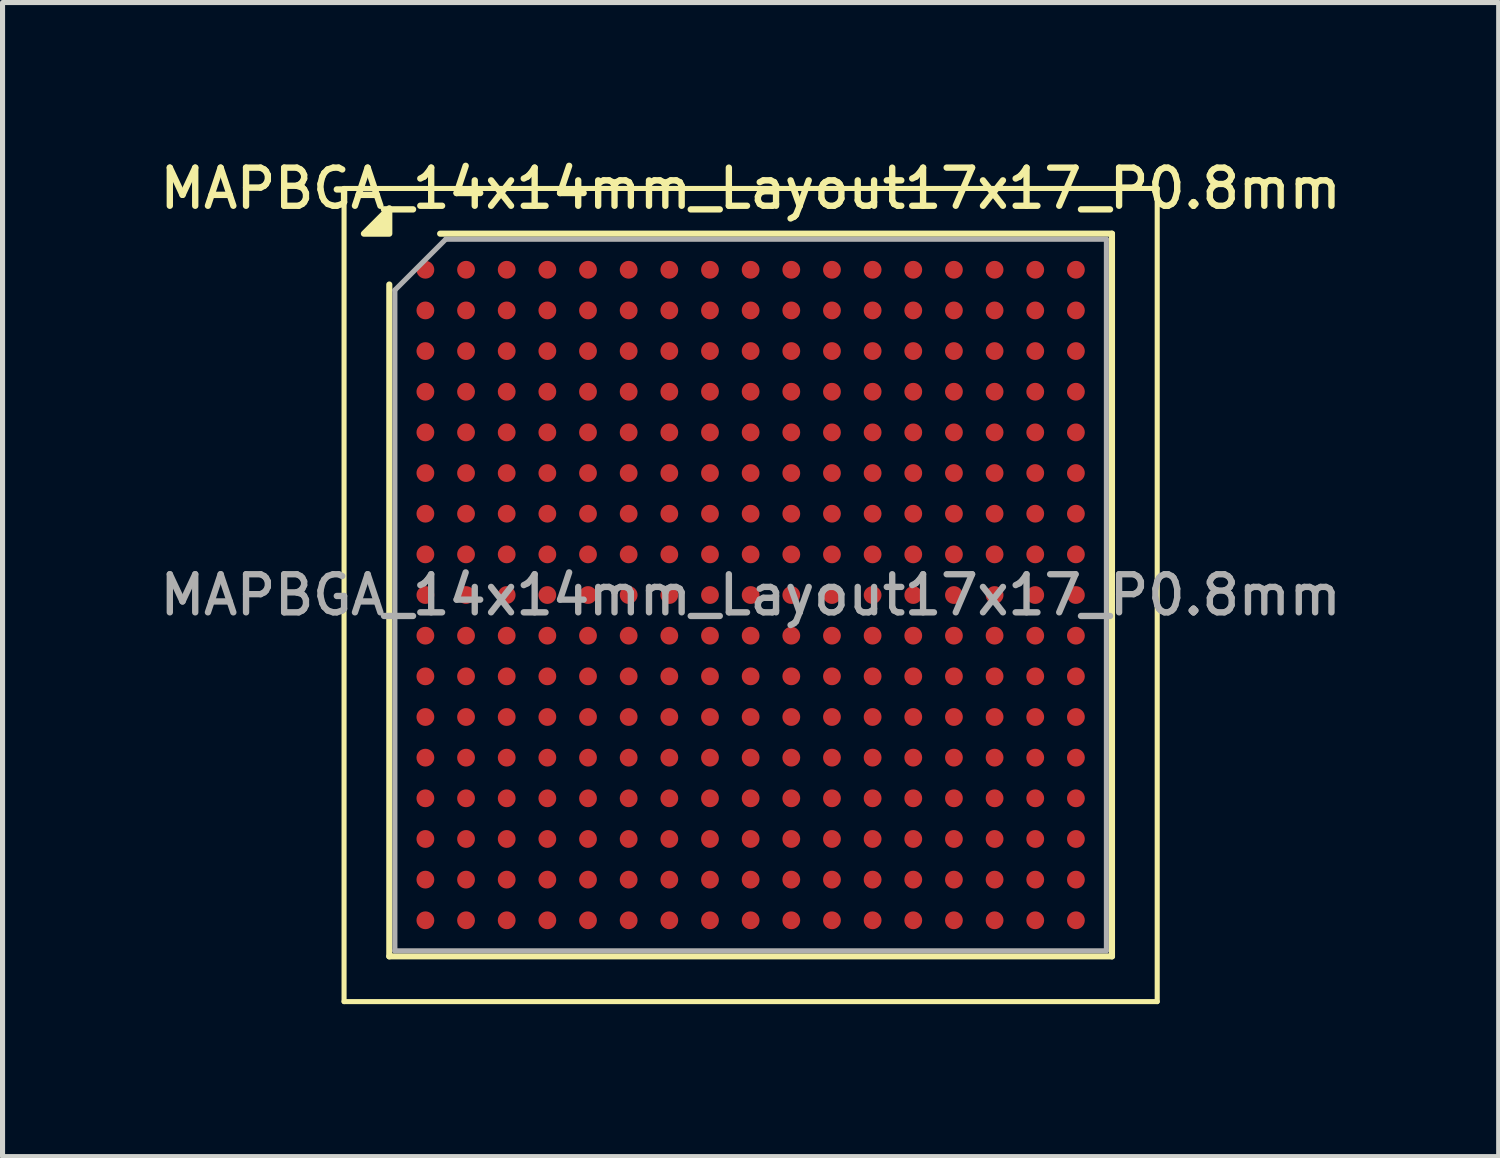
<source format=kicad_pcb>
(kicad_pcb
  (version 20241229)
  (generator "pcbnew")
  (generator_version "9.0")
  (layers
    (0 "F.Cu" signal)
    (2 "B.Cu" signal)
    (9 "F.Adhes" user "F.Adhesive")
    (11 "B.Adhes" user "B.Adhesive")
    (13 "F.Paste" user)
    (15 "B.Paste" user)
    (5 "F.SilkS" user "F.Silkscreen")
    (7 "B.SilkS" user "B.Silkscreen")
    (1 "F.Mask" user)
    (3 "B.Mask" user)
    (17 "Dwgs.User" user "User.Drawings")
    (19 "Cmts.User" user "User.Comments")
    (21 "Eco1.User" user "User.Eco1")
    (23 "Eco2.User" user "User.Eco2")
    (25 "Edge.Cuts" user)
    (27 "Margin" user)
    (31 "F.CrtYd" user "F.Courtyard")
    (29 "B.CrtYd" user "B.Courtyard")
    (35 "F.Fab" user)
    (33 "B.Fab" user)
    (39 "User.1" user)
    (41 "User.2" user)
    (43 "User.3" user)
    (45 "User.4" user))
  (footprint "MAPBGA_14x14mm_Layout17x17_P0.8mm"
    (layer "F.Cu")
    (at 11.72 8.658)
    (property "Reference" "MAPBGA_14x14mm_Layout17x17_P0.8mm" (at 0 -8 0) (layer "F.SilkS") (effects (font (size 0.75 0.75) (thickness 0.125))))
    (attr smd)
    (fp_line (start -8 -8) (end -8 8) (stroke (width 0.1) (type solid)) (layer "F.SilkS"))
    (fp_line (start -8 8) (end 8 8) (stroke (width 0.1) (type solid)) (layer "F.SilkS"))
    (fp_line (start -7.11 7.11) (end -7.11 -6.11) (stroke (width 0.12) (type solid)) (layer "F.SilkS"))
    (fp_line (start -6.11 -7.11) (end 7.11 -7.11) (stroke (width 0.12) (type solid)) (layer "F.SilkS"))
    (fp_line (start 7.11 -7.11) (end 7.11 7.11) (stroke (width 0.12) (type solid)) (layer "F.SilkS"))
    (fp_line (start 7.11 7.11) (end -7.11 7.11) (stroke (width 0.12) (type solid)) (layer "F.SilkS"))
    (fp_line (start 8 -8) (end -8 -8) (stroke (width 0.1) (type solid)) (layer "F.SilkS"))
    (fp_line (start 8 8) (end 8 -8) (stroke (width 0.1) (type solid)) (layer "F.SilkS"))
    (fp_poly (pts (xy -7.11 -7.11) (xy -7.61 -7.11) (xy -7.11 -7.61) (xy -7.11 -7.11)) (stroke (width 0.12) (type solid)) (fill yes) (layer "F.SilkS"))
    (fp_line (start -7 -6) (end -6 -7) (stroke (width 0.1) (type solid)) (layer "F.Fab"))
    (fp_line (start -7 7) (end -7 -6) (stroke (width 0.1) (type solid)) (layer "F.Fab"))
    (fp_line (start -6 -7) (end 7 -7) (stroke (width 0.1) (type solid)) (layer "F.Fab"))
    (fp_line (start 7 -7) (end 7 7) (stroke (width 0.1) (type solid)) (layer "F.Fab"))
    (fp_line (start 7 7) (end -7 7) (stroke (width 0.1) (type solid)) (layer "F.Fab"))
    (fp_text user "${REFERENCE}" (at 0 0 0) (layer "F.Fab") (effects (font (size 0.75 0.75) (thickness 0.125))))
    (pad "A1" smd circle (at -6.4 -6.4) (size 0.35 0.35) (property pad_prop_bga) (layers "F.Cu" "F.Mask" "F.Paste"))
    (pad "A2" smd circle (at -5.6 -6.4) (size 0.35 0.35) (property pad_prop_bga) (layers "F.Cu" "F.Mask" "F.Paste"))
    (pad "A3" smd circle (at -4.8 -6.4) (size 0.35 0.35) (property pad_prop_bga) (layers "F.Cu" "F.Mask" "F.Paste"))
    (pad "A4" smd circle (at -4 -6.4) (size 0.35 0.35) (property pad_prop_bga) (layers "F.Cu" "F.Mask" "F.Paste"))
    (pad "A5" smd circle (at -3.2 -6.4) (size 0.35 0.35) (property pad_prop_bga) (layers "F.Cu" "F.Mask" "F.Paste"))
    (pad "A6" smd circle (at -2.4 -6.4) (size 0.35 0.35) (property pad_prop_bga) (layers "F.Cu" "F.Mask" "F.Paste"))
    (pad "A7" smd circle (at -1.6 -6.4) (size 0.35 0.35) (property pad_prop_bga) (layers "F.Cu" "F.Mask" "F.Paste"))
    (pad "A8" smd circle (at -0.8 -6.4) (size 0.35 0.35) (property pad_prop_bga) (layers "F.Cu" "F.Mask" "F.Paste"))
    (pad "A9" smd circle (at 0 -6.4) (size 0.35 0.35) (property pad_prop_bga) (layers "F.Cu" "F.Mask" "F.Paste"))
    (pad "A10" smd circle (at 0.8 -6.4) (size 0.35 0.35) (property pad_prop_bga) (layers "F.Cu" "F.Mask" "F.Paste"))
    (pad "A11" smd circle (at 1.6 -6.4) (size 0.35 0.35) (property pad_prop_bga) (layers "F.Cu" "F.Mask" "F.Paste"))
    (pad "A12" smd circle (at 2.4 -6.4) (size 0.35 0.35) (property pad_prop_bga) (layers "F.Cu" "F.Mask" "F.Paste"))
    (pad "A13" smd circle (at 3.2 -6.4) (size 0.35 0.35) (property pad_prop_bga) (layers "F.Cu" "F.Mask" "F.Paste"))
    (pad "A14" smd circle (at 4 -6.4) (size 0.35 0.35) (property pad_prop_bga) (layers "F.Cu" "F.Mask" "F.Paste"))
    (pad "A15" smd circle (at 4.8 -6.4) (size 0.35 0.35) (property pad_prop_bga) (layers "F.Cu" "F.Mask" "F.Paste"))
    (pad "A16" smd circle (at 5.6 -6.4) (size 0.35 0.35) (property pad_prop_bga) (layers "F.Cu" "F.Mask" "F.Paste"))
    (pad "A17" smd circle (at 6.4 -6.4) (size 0.35 0.35) (property pad_prop_bga) (layers "F.Cu" "F.Mask" "F.Paste"))
    (pad "B1" smd circle (at -6.4 -5.6) (size 0.35 0.35) (property pad_prop_bga) (layers "F.Cu" "F.Mask" "F.Paste"))
    (pad "B2" smd circle (at -5.6 -5.6) (size 0.35 0.35) (property pad_prop_bga) (layers "F.Cu" "F.Mask" "F.Paste"))
    (pad "B3" smd circle (at -4.8 -5.6) (size 0.35 0.35) (property pad_prop_bga) (layers "F.Cu" "F.Mask" "F.Paste"))
    (pad "B4" smd circle (at -4 -5.6) (size 0.35 0.35) (property pad_prop_bga) (layers "F.Cu" "F.Mask" "F.Paste"))
    (pad "B5" smd circle (at -3.2 -5.6) (size 0.35 0.35) (property pad_prop_bga) (layers "F.Cu" "F.Mask" "F.Paste"))
    (pad "B6" smd circle (at -2.4 -5.6) (size 0.35 0.35) (property pad_prop_bga) (layers "F.Cu" "F.Mask" "F.Paste"))
    (pad "B7" smd circle (at -1.6 -5.6) (size 0.35 0.35) (property pad_prop_bga) (layers "F.Cu" "F.Mask" "F.Paste"))
    (pad "B8" smd circle (at -0.8 -5.6) (size 0.35 0.35) (property pad_prop_bga) (layers "F.Cu" "F.Mask" "F.Paste"))
    (pad "B9" smd circle (at 0 -5.6) (size 0.35 0.35) (property pad_prop_bga) (layers "F.Cu" "F.Mask" "F.Paste"))
    (pad "B10" smd circle (at 0.8 -5.6) (size 0.35 0.35) (property pad_prop_bga) (layers "F.Cu" "F.Mask" "F.Paste"))
    (pad "B11" smd circle (at 1.6 -5.6) (size 0.35 0.35) (property pad_prop_bga) (layers "F.Cu" "F.Mask" "F.Paste"))
    (pad "B12" smd circle (at 2.4 -5.6) (size 0.35 0.35) (property pad_prop_bga) (layers "F.Cu" "F.Mask" "F.Paste"))
    (pad "B13" smd circle (at 3.2 -5.6) (size 0.35 0.35) (property pad_prop_bga) (layers "F.Cu" "F.Mask" "F.Paste"))
    (pad "B14" smd circle (at 4 -5.6) (size 0.35 0.35) (property pad_prop_bga) (layers "F.Cu" "F.Mask" "F.Paste"))
    (pad "B15" smd circle (at 4.8 -5.6) (size 0.35 0.35) (property pad_prop_bga) (layers "F.Cu" "F.Mask" "F.Paste"))
    (pad "B16" smd circle (at 5.6 -5.6) (size 0.35 0.35) (property pad_prop_bga) (layers "F.Cu" "F.Mask" "F.Paste"))
    (pad "B17" smd circle (at 6.4 -5.6) (size 0.35 0.35) (property pad_prop_bga) (layers "F.Cu" "F.Mask" "F.Paste"))
    (pad "C1" smd circle (at -6.4 -4.8) (size 0.35 0.35) (property pad_prop_bga) (layers "F.Cu" "F.Mask" "F.Paste"))
    (pad "C2" smd circle (at -5.6 -4.8) (size 0.35 0.35) (property pad_prop_bga) (layers "F.Cu" "F.Mask" "F.Paste"))
    (pad "C3" smd circle (at -4.8 -4.8) (size 0.35 0.35) (property pad_prop_bga) (layers "F.Cu" "F.Mask" "F.Paste"))
    (pad "C4" smd circle (at -4 -4.8) (size 0.35 0.35) (property pad_prop_bga) (layers "F.Cu" "F.Mask" "F.Paste"))
    (pad "C5" smd circle (at -3.2 -4.8) (size 0.35 0.35) (property pad_prop_bga) (layers "F.Cu" "F.Mask" "F.Paste"))
    (pad "C6" smd circle (at -2.4 -4.8) (size 0.35 0.35) (property pad_prop_bga) (layers "F.Cu" "F.Mask" "F.Paste"))
    (pad "C7" smd circle (at -1.6 -4.8) (size 0.35 0.35) (property pad_prop_bga) (layers "F.Cu" "F.Mask" "F.Paste"))
    (pad "C8" smd circle (at -0.8 -4.8) (size 0.35 0.35) (property pad_prop_bga) (layers "F.Cu" "F.Mask" "F.Paste"))
    (pad "C9" smd circle (at 0 -4.8) (size 0.35 0.35) (property pad_prop_bga) (layers "F.Cu" "F.Mask" "F.Paste"))
    (pad "C10" smd circle (at 0.8 -4.8) (size 0.35 0.35) (property pad_prop_bga) (layers "F.Cu" "F.Mask" "F.Paste"))
    (pad "C11" smd circle (at 1.6 -4.8) (size 0.35 0.35) (property pad_prop_bga) (layers "F.Cu" "F.Mask" "F.Paste"))
    (pad "C12" smd circle (at 2.4 -4.8) (size 0.35 0.35) (property pad_prop_bga) (layers "F.Cu" "F.Mask" "F.Paste"))
    (pad "C13" smd circle (at 3.2 -4.8) (size 0.35 0.35) (property pad_prop_bga) (layers "F.Cu" "F.Mask" "F.Paste"))
    (pad "C14" smd circle (at 4 -4.8) (size 0.35 0.35) (property pad_prop_bga) (layers "F.Cu" "F.Mask" "F.Paste"))
    (pad "C15" smd circle (at 4.8 -4.8) (size 0.35 0.35) (property pad_prop_bga) (layers "F.Cu" "F.Mask" "F.Paste"))
    (pad "C16" smd circle (at 5.6 -4.8) (size 0.35 0.35) (property pad_prop_bga) (layers "F.Cu" "F.Mask" "F.Paste"))
    (pad "C17" smd circle (at 6.4 -4.8) (size 0.35 0.35) (property pad_prop_bga) (layers "F.Cu" "F.Mask" "F.Paste"))
    (pad "D1" smd circle (at -6.4 -4) (size 0.35 0.35) (property pad_prop_bga) (layers "F.Cu" "F.Mask" "F.Paste"))
    (pad "D2" smd circle (at -5.6 -4) (size 0.35 0.35) (property pad_prop_bga) (layers "F.Cu" "F.Mask" "F.Paste"))
    (pad "D3" smd circle (at -4.8 -4) (size 0.35 0.35) (property pad_prop_bga) (layers "F.Cu" "F.Mask" "F.Paste"))
    (pad "D4" smd circle (at -4 -4) (size 0.35 0.35) (property pad_prop_bga) (layers "F.Cu" "F.Mask" "F.Paste"))
    (pad "D5" smd circle (at -3.2 -4) (size 0.35 0.35) (property pad_prop_bga) (layers "F.Cu" "F.Mask" "F.Paste"))
    (pad "D6" smd circle (at -2.4 -4) (size 0.35 0.35) (property pad_prop_bga) (layers "F.Cu" "F.Mask" "F.Paste"))
    (pad "D7" smd circle (at -1.6 -4) (size 0.35 0.35) (property pad_prop_bga) (layers "F.Cu" "F.Mask" "F.Paste"))
    (pad "D8" smd circle (at -0.8 -4) (size 0.35 0.35) (property pad_prop_bga) (layers "F.Cu" "F.Mask" "F.Paste"))
    (pad "D9" smd circle (at 0 -4) (size 0.35 0.35) (property pad_prop_bga) (layers "F.Cu" "F.Mask" "F.Paste"))
    (pad "D10" smd circle (at 0.8 -4) (size 0.35 0.35) (property pad_prop_bga) (layers "F.Cu" "F.Mask" "F.Paste"))
    (pad "D11" smd circle (at 1.6 -4) (size 0.35 0.35) (property pad_prop_bga) (layers "F.Cu" "F.Mask" "F.Paste"))
    (pad "D12" smd circle (at 2.4 -4) (size 0.35 0.35) (property pad_prop_bga) (layers "F.Cu" "F.Mask" "F.Paste"))
    (pad "D13" smd circle (at 3.2 -4) (size 0.35 0.35) (property pad_prop_bga) (layers "F.Cu" "F.Mask" "F.Paste"))
    (pad "D14" smd circle (at 4 -4) (size 0.35 0.35) (property pad_prop_bga) (layers "F.Cu" "F.Mask" "F.Paste"))
    (pad "D15" smd circle (at 4.8 -4) (size 0.35 0.35) (property pad_prop_bga) (layers "F.Cu" "F.Mask" "F.Paste"))
    (pad "D16" smd circle (at 5.6 -4) (size 0.35 0.35) (property pad_prop_bga) (layers "F.Cu" "F.Mask" "F.Paste"))
    (pad "D17" smd circle (at 6.4 -4) (size 0.35 0.35) (property pad_prop_bga) (layers "F.Cu" "F.Mask" "F.Paste"))
    (pad "E1" smd circle (at -6.4 -3.2) (size 0.35 0.35) (property pad_prop_bga) (layers "F.Cu" "F.Mask" "F.Paste"))
    (pad "E2" smd circle (at -5.6 -3.2) (size 0.35 0.35) (property pad_prop_bga) (layers "F.Cu" "F.Mask" "F.Paste"))
    (pad "E3" smd circle (at -4.8 -3.2) (size 0.35 0.35) (property pad_prop_bga) (layers "F.Cu" "F.Mask" "F.Paste"))
    (pad "E4" smd circle (at -4 -3.2) (size 0.35 0.35) (property pad_prop_bga) (layers "F.Cu" "F.Mask" "F.Paste"))
    (pad "E5" smd circle (at -3.2 -3.2) (size 0.35 0.35) (property pad_prop_bga) (layers "F.Cu" "F.Mask" "F.Paste"))
    (pad "E6" smd circle (at -2.4 -3.2) (size 0.35 0.35) (property pad_prop_bga) (layers "F.Cu" "F.Mask" "F.Paste"))
    (pad "E7" smd circle (at -1.6 -3.2) (size 0.35 0.35) (property pad_prop_bga) (layers "F.Cu" "F.Mask" "F.Paste"))
    (pad "E8" smd circle (at -0.8 -3.2) (size 0.35 0.35) (property pad_prop_bga) (layers "F.Cu" "F.Mask" "F.Paste"))
    (pad "E9" smd circle (at 0 -3.2) (size 0.35 0.35) (property pad_prop_bga) (layers "F.Cu" "F.Mask" "F.Paste"))
    (pad "E10" smd circle (at 0.8 -3.2) (size 0.35 0.35) (property pad_prop_bga) (layers "F.Cu" "F.Mask" "F.Paste"))
    (pad "E11" smd circle (at 1.6 -3.2) (size 0.35 0.35) (property pad_prop_bga) (layers "F.Cu" "F.Mask" "F.Paste"))
    (pad "E12" smd circle (at 2.4 -3.2) (size 0.35 0.35) (property pad_prop_bga) (layers "F.Cu" "F.Mask" "F.Paste"))
    (pad "E13" smd circle (at 3.2 -3.2) (size 0.35 0.35) (property pad_prop_bga) (layers "F.Cu" "F.Mask" "F.Paste"))
    (pad "E14" smd circle (at 4 -3.2) (size 0.35 0.35) (property pad_prop_bga) (layers "F.Cu" "F.Mask" "F.Paste"))
    (pad "E15" smd circle (at 4.8 -3.2) (size 0.35 0.35) (property pad_prop_bga) (layers "F.Cu" "F.Mask" "F.Paste"))
    (pad "E16" smd circle (at 5.6 -3.2) (size 0.35 0.35) (property pad_prop_bga) (layers "F.Cu" "F.Mask" "F.Paste"))
    (pad "E17" smd circle (at 6.4 -3.2) (size 0.35 0.35) (property pad_prop_bga) (layers "F.Cu" "F.Mask" "F.Paste"))
    (pad "F1" smd circle (at -6.4 -2.4) (size 0.35 0.35) (property pad_prop_bga) (layers "F.Cu" "F.Mask" "F.Paste"))
    (pad "F2" smd circle (at -5.6 -2.4) (size 0.35 0.35) (property pad_prop_bga) (layers "F.Cu" "F.Mask" "F.Paste"))
    (pad "F3" smd circle (at -4.8 -2.4) (size 0.35 0.35) (property pad_prop_bga) (layers "F.Cu" "F.Mask" "F.Paste"))
    (pad "F4" smd circle (at -4 -2.4) (size 0.35 0.35) (property pad_prop_bga) (layers "F.Cu" "F.Mask" "F.Paste"))
    (pad "F5" smd circle (at -3.2 -2.4) (size 0.35 0.35) (property pad_prop_bga) (layers "F.Cu" "F.Mask" "F.Paste"))
    (pad "F6" smd circle (at -2.4 -2.4) (size 0.35 0.35) (property pad_prop_bga) (layers "F.Cu" "F.Mask" "F.Paste"))
    (pad "F7" smd circle (at -1.6 -2.4) (size 0.35 0.35) (property pad_prop_bga) (layers "F.Cu" "F.Mask" "F.Paste"))
    (pad "F8" smd circle (at -0.8 -2.4) (size 0.35 0.35) (property pad_prop_bga) (layers "F.Cu" "F.Mask" "F.Paste"))
    (pad "F9" smd circle (at 0 -2.4) (size 0.35 0.35) (property pad_prop_bga) (layers "F.Cu" "F.Mask" "F.Paste"))
    (pad "F10" smd circle (at 0.8 -2.4) (size 0.35 0.35) (property pad_prop_bga) (layers "F.Cu" "F.Mask" "F.Paste"))
    (pad "F11" smd circle (at 1.6 -2.4) (size 0.35 0.35) (property pad_prop_bga) (layers "F.Cu" "F.Mask" "F.Paste"))
    (pad "F12" smd circle (at 2.4 -2.4) (size 0.35 0.35) (property pad_prop_bga) (layers "F.Cu" "F.Mask" "F.Paste"))
    (pad "F13" smd circle (at 3.2 -2.4) (size 0.35 0.35) (property pad_prop_bga) (layers "F.Cu" "F.Mask" "F.Paste"))
    (pad "F14" smd circle (at 4 -2.4) (size 0.35 0.35) (property pad_prop_bga) (layers "F.Cu" "F.Mask" "F.Paste"))
    (pad "F15" smd circle (at 4.8 -2.4) (size 0.35 0.35) (property pad_prop_bga) (layers "F.Cu" "F.Mask" "F.Paste"))
    (pad "F16" smd circle (at 5.6 -2.4) (size 0.35 0.35) (property pad_prop_bga) (layers "F.Cu" "F.Mask" "F.Paste"))
    (pad "F17" smd circle (at 6.4 -2.4) (size 0.35 0.35) (property pad_prop_bga) (layers "F.Cu" "F.Mask" "F.Paste"))
    (pad "G1" smd circle (at -6.4 -1.6) (size 0.35 0.35) (property pad_prop_bga) (layers "F.Cu" "F.Mask" "F.Paste"))
    (pad "G2" smd circle (at -5.6 -1.6) (size 0.35 0.35) (property pad_prop_bga) (layers "F.Cu" "F.Mask" "F.Paste"))
    (pad "G3" smd circle (at -4.8 -1.6) (size 0.35 0.35) (property pad_prop_bga) (layers "F.Cu" "F.Mask" "F.Paste"))
    (pad "G4" smd circle (at -4 -1.6) (size 0.35 0.35) (property pad_prop_bga) (layers "F.Cu" "F.Mask" "F.Paste"))
    (pad "G5" smd circle (at -3.2 -1.6) (size 0.35 0.35) (property pad_prop_bga) (layers "F.Cu" "F.Mask" "F.Paste"))
    (pad "G6" smd circle (at -2.4 -1.6) (size 0.35 0.35) (property pad_prop_bga) (layers "F.Cu" "F.Mask" "F.Paste"))
    (pad "G7" smd circle (at -1.6 -1.6) (size 0.35 0.35) (property pad_prop_bga) (layers "F.Cu" "F.Mask" "F.Paste"))
    (pad "G8" smd circle (at -0.8 -1.6) (size 0.35 0.35) (property pad_prop_bga) (layers "F.Cu" "F.Mask" "F.Paste"))
    (pad "G9" smd circle (at 0 -1.6) (size 0.35 0.35) (property pad_prop_bga) (layers "F.Cu" "F.Mask" "F.Paste"))
    (pad "G10" smd circle (at 0.8 -1.6) (size 0.35 0.35) (property pad_prop_bga) (layers "F.Cu" "F.Mask" "F.Paste"))
    (pad "G11" smd circle (at 1.6 -1.6) (size 0.35 0.35) (property pad_prop_bga) (layers "F.Cu" "F.Mask" "F.Paste"))
    (pad "G12" smd circle (at 2.4 -1.6) (size 0.35 0.35) (property pad_prop_bga) (layers "F.Cu" "F.Mask" "F.Paste"))
    (pad "G13" smd circle (at 3.2 -1.6) (size 0.35 0.35) (property pad_prop_bga) (layers "F.Cu" "F.Mask" "F.Paste"))
    (pad "G14" smd circle (at 4 -1.6) (size 0.35 0.35) (property pad_prop_bga) (layers "F.Cu" "F.Mask" "F.Paste"))
    (pad "G15" smd circle (at 4.8 -1.6) (size 0.35 0.35) (property pad_prop_bga) (layers "F.Cu" "F.Mask" "F.Paste"))
    (pad "G16" smd circle (at 5.6 -1.6) (size 0.35 0.35) (property pad_prop_bga) (layers "F.Cu" "F.Mask" "F.Paste"))
    (pad "G17" smd circle (at 6.4 -1.6) (size 0.35 0.35) (property pad_prop_bga) (layers "F.Cu" "F.Mask" "F.Paste"))
    (pad "H1" smd circle (at -6.4 -0.8) (size 0.35 0.35) (property pad_prop_bga) (layers "F.Cu" "F.Mask" "F.Paste"))
    (pad "H2" smd circle (at -5.6 -0.8) (size 0.35 0.35) (property pad_prop_bga) (layers "F.Cu" "F.Mask" "F.Paste"))
    (pad "H3" smd circle (at -4.8 -0.8) (size 0.35 0.35) (property pad_prop_bga) (layers "F.Cu" "F.Mask" "F.Paste"))
    (pad "H4" smd circle (at -4 -0.8) (size 0.35 0.35) (property pad_prop_bga) (layers "F.Cu" "F.Mask" "F.Paste"))
    (pad "H5" smd circle (at -3.2 -0.8) (size 0.35 0.35) (property pad_prop_bga) (layers "F.Cu" "F.Mask" "F.Paste"))
    (pad "H6" smd circle (at -2.4 -0.8) (size 0.35 0.35) (property pad_prop_bga) (layers "F.Cu" "F.Mask" "F.Paste"))
    (pad "H7" smd circle (at -1.6 -0.8) (size 0.35 0.35) (property pad_prop_bga) (layers "F.Cu" "F.Mask" "F.Paste"))
    (pad "H8" smd circle (at -0.8 -0.8) (size 0.35 0.35) (property pad_prop_bga) (layers "F.Cu" "F.Mask" "F.Paste"))
    (pad "H9" smd circle (at 0 -0.8) (size 0.35 0.35) (property pad_prop_bga) (layers "F.Cu" "F.Mask" "F.Paste"))
    (pad "H10" smd circle (at 0.8 -0.8) (size 0.35 0.35) (property pad_prop_bga) (layers "F.Cu" "F.Mask" "F.Paste"))
    (pad "H11" smd circle (at 1.6 -0.8) (size 0.35 0.35) (property pad_prop_bga) (layers "F.Cu" "F.Mask" "F.Paste"))
    (pad "H12" smd circle (at 2.4 -0.8) (size 0.35 0.35) (property pad_prop_bga) (layers "F.Cu" "F.Mask" "F.Paste"))
    (pad "H13" smd circle (at 3.2 -0.8) (size 0.35 0.35) (property pad_prop_bga) (layers "F.Cu" "F.Mask" "F.Paste"))
    (pad "H14" smd circle (at 4 -0.8) (size 0.35 0.35) (property pad_prop_bga) (layers "F.Cu" "F.Mask" "F.Paste"))
    (pad "H15" smd circle (at 4.8 -0.8) (size 0.35 0.35) (property pad_prop_bga) (layers "F.Cu" "F.Mask" "F.Paste"))
    (pad "H16" smd circle (at 5.6 -0.8) (size 0.35 0.35) (property pad_prop_bga) (layers "F.Cu" "F.Mask" "F.Paste"))
    (pad "H17" smd circle (at 6.4 -0.8) (size 0.35 0.35) (property pad_prop_bga) (layers "F.Cu" "F.Mask" "F.Paste"))
    (pad "J1" smd circle (at -6.4 0) (size 0.35 0.35) (property pad_prop_bga) (layers "F.Cu" "F.Mask" "F.Paste"))
    (pad "J2" smd circle (at -5.6 0) (size 0.35 0.35) (property pad_prop_bga) (layers "F.Cu" "F.Mask" "F.Paste"))
    (pad "J3" smd circle (at -4.8 0) (size 0.35 0.35) (property pad_prop_bga) (layers "F.Cu" "F.Mask" "F.Paste"))
    (pad "J4" smd circle (at -4 0) (size 0.35 0.35) (property pad_prop_bga) (layers "F.Cu" "F.Mask" "F.Paste"))
    (pad "J5" smd circle (at -3.2 0) (size 0.35 0.35) (property pad_prop_bga) (layers "F.Cu" "F.Mask" "F.Paste"))
    (pad "J6" smd circle (at -2.4 0) (size 0.35 0.35) (property pad_prop_bga) (layers "F.Cu" "F.Mask" "F.Paste"))
    (pad "J7" smd circle (at -1.6 0) (size 0.35 0.35) (property pad_prop_bga) (layers "F.Cu" "F.Mask" "F.Paste"))
    (pad "J8" smd circle (at -0.8 0) (size 0.35 0.35) (property pad_prop_bga) (layers "F.Cu" "F.Mask" "F.Paste"))
    (pad "J9" smd circle (at 0 0) (size 0.35 0.35) (property pad_prop_bga) (layers "F.Cu" "F.Mask" "F.Paste"))
    (pad "J10" smd circle (at 0.8 0) (size 0.35 0.35) (property pad_prop_bga) (layers "F.Cu" "F.Mask" "F.Paste"))
    (pad "J11" smd circle (at 1.6 0) (size 0.35 0.35) (property pad_prop_bga) (layers "F.Cu" "F.Mask" "F.Paste"))
    (pad "J12" smd circle (at 2.4 0) (size 0.35 0.35) (property pad_prop_bga) (layers "F.Cu" "F.Mask" "F.Paste"))
    (pad "J13" smd circle (at 3.2 0) (size 0.35 0.35) (property pad_prop_bga) (layers "F.Cu" "F.Mask" "F.Paste"))
    (pad "J14" smd circle (at 4 0) (size 0.35 0.35) (property pad_prop_bga) (layers "F.Cu" "F.Mask" "F.Paste"))
    (pad "J15" smd circle (at 4.8 0) (size 0.35 0.35) (property pad_prop_bga) (layers "F.Cu" "F.Mask" "F.Paste"))
    (pad "J16" smd circle (at 5.6 0) (size 0.35 0.35) (property pad_prop_bga) (layers "F.Cu" "F.Mask" "F.Paste"))
    (pad "J17" smd circle (at 6.4 0) (size 0.35 0.35) (property pad_prop_bga) (layers "F.Cu" "F.Mask" "F.Paste"))
    (pad "K1" smd circle (at -6.4 0.8) (size 0.35 0.35) (property pad_prop_bga) (layers "F.Cu" "F.Mask" "F.Paste"))
    (pad "K2" smd circle (at -5.6 0.8) (size 0.35 0.35) (property pad_prop_bga) (layers "F.Cu" "F.Mask" "F.Paste"))
    (pad "K3" smd circle (at -4.8 0.8) (size 0.35 0.35) (property pad_prop_bga) (layers "F.Cu" "F.Mask" "F.Paste"))
    (pad "K4" smd circle (at -4 0.8) (size 0.35 0.35) (property pad_prop_bga) (layers "F.Cu" "F.Mask" "F.Paste"))
    (pad "K5" smd circle (at -3.2 0.8) (size 0.35 0.35) (property pad_prop_bga) (layers "F.Cu" "F.Mask" "F.Paste"))
    (pad "K6" smd circle (at -2.4 0.8) (size 0.35 0.35) (property pad_prop_bga) (layers "F.Cu" "F.Mask" "F.Paste"))
    (pad "K7" smd circle (at -1.6 0.8) (size 0.35 0.35) (property pad_prop_bga) (layers "F.Cu" "F.Mask" "F.Paste"))
    (pad "K8" smd circle (at -0.8 0.8) (size 0.35 0.35) (property pad_prop_bga) (layers "F.Cu" "F.Mask" "F.Paste"))
    (pad "K9" smd circle (at 0 0.8) (size 0.35 0.35) (property pad_prop_bga) (layers "F.Cu" "F.Mask" "F.Paste"))
    (pad "K10" smd circle (at 0.8 0.8) (size 0.35 0.35) (property pad_prop_bga) (layers "F.Cu" "F.Mask" "F.Paste"))
    (pad "K11" smd circle (at 1.6 0.8) (size 0.35 0.35) (property pad_prop_bga) (layers "F.Cu" "F.Mask" "F.Paste"))
    (pad "K12" smd circle (at 2.4 0.8) (size 0.35 0.35) (property pad_prop_bga) (layers "F.Cu" "F.Mask" "F.Paste"))
    (pad "K13" smd circle (at 3.2 0.8) (size 0.35 0.35) (property pad_prop_bga) (layers "F.Cu" "F.Mask" "F.Paste"))
    (pad "K14" smd circle (at 4 0.8) (size 0.35 0.35) (property pad_prop_bga) (layers "F.Cu" "F.Mask" "F.Paste"))
    (pad "K15" smd circle (at 4.8 0.8) (size 0.35 0.35) (property pad_prop_bga) (layers "F.Cu" "F.Mask" "F.Paste"))
    (pad "K16" smd circle (at 5.6 0.8) (size 0.35 0.35) (property pad_prop_bga) (layers "F.Cu" "F.Mask" "F.Paste"))
    (pad "K17" smd circle (at 6.4 0.8) (size 0.35 0.35) (property pad_prop_bga) (layers "F.Cu" "F.Mask" "F.Paste"))
    (pad "L1" smd circle (at -6.4 1.6) (size 0.35 0.35) (property pad_prop_bga) (layers "F.Cu" "F.Mask" "F.Paste"))
    (pad "L2" smd circle (at -5.6 1.6) (size 0.35 0.35) (property pad_prop_bga) (layers "F.Cu" "F.Mask" "F.Paste"))
    (pad "L3" smd circle (at -4.8 1.6) (size 0.35 0.35) (property pad_prop_bga) (layers "F.Cu" "F.Mask" "F.Paste"))
    (pad "L4" smd circle (at -4 1.6) (size 0.35 0.35) (property pad_prop_bga) (layers "F.Cu" "F.Mask" "F.Paste"))
    (pad "L5" smd circle (at -3.2 1.6) (size 0.35 0.35) (property pad_prop_bga) (layers "F.Cu" "F.Mask" "F.Paste"))
    (pad "L6" smd circle (at -2.4 1.6) (size 0.35 0.35) (property pad_prop_bga) (layers "F.Cu" "F.Mask" "F.Paste"))
    (pad "L7" smd circle (at -1.6 1.6) (size 0.35 0.35) (property pad_prop_bga) (layers "F.Cu" "F.Mask" "F.Paste"))
    (pad "L8" smd circle (at -0.8 1.6) (size 0.35 0.35) (property pad_prop_bga) (layers "F.Cu" "F.Mask" "F.Paste"))
    (pad "L9" smd circle (at 0 1.6) (size 0.35 0.35) (property pad_prop_bga) (layers "F.Cu" "F.Mask" "F.Paste"))
    (pad "L10" smd circle (at 0.8 1.6) (size 0.35 0.35) (property pad_prop_bga) (layers "F.Cu" "F.Mask" "F.Paste"))
    (pad "L11" smd circle (at 1.6 1.6) (size 0.35 0.35) (property pad_prop_bga) (layers "F.Cu" "F.Mask" "F.Paste"))
    (pad "L12" smd circle (at 2.4 1.6) (size 0.35 0.35) (property pad_prop_bga) (layers "F.Cu" "F.Mask" "F.Paste"))
    (pad "L13" smd circle (at 3.2 1.6) (size 0.35 0.35) (property pad_prop_bga) (layers "F.Cu" "F.Mask" "F.Paste"))
    (pad "L14" smd circle (at 4 1.6) (size 0.35 0.35) (property pad_prop_bga) (layers "F.Cu" "F.Mask" "F.Paste"))
    (pad "L15" smd circle (at 4.8 1.6) (size 0.35 0.35) (property pad_prop_bga) (layers "F.Cu" "F.Mask" "F.Paste"))
    (pad "L16" smd circle (at 5.6 1.6) (size 0.35 0.35) (property pad_prop_bga) (layers "F.Cu" "F.Mask" "F.Paste"))
    (pad "L17" smd circle (at 6.4 1.6) (size 0.35 0.35) (property pad_prop_bga) (layers "F.Cu" "F.Mask" "F.Paste"))
    (pad "M1" smd circle (at -6.4 2.4) (size 0.35 0.35) (property pad_prop_bga) (layers "F.Cu" "F.Mask" "F.Paste"))
    (pad "M2" smd circle (at -5.6 2.4) (size 0.35 0.35) (property pad_prop_bga) (layers "F.Cu" "F.Mask" "F.Paste"))
    (pad "M3" smd circle (at -4.8 2.4) (size 0.35 0.35) (property pad_prop_bga) (layers "F.Cu" "F.Mask" "F.Paste"))
    (pad "M4" smd circle (at -4 2.4) (size 0.35 0.35) (property pad_prop_bga) (layers "F.Cu" "F.Mask" "F.Paste"))
    (pad "M5" smd circle (at -3.2 2.4) (size 0.35 0.35) (property pad_prop_bga) (layers "F.Cu" "F.Mask" "F.Paste"))
    (pad "M6" smd circle (at -2.4 2.4) (size 0.35 0.35) (property pad_prop_bga) (layers "F.Cu" "F.Mask" "F.Paste"))
    (pad "M7" smd circle (at -1.6 2.4) (size 0.35 0.35) (property pad_prop_bga) (layers "F.Cu" "F.Mask" "F.Paste"))
    (pad "M8" smd circle (at -0.8 2.4) (size 0.35 0.35) (property pad_prop_bga) (layers "F.Cu" "F.Mask" "F.Paste"))
    (pad "M9" smd circle (at 0 2.4) (size 0.35 0.35) (property pad_prop_bga) (layers "F.Cu" "F.Mask" "F.Paste"))
    (pad "M10" smd circle (at 0.8 2.4) (size 0.35 0.35) (property pad_prop_bga) (layers "F.Cu" "F.Mask" "F.Paste"))
    (pad "M11" smd circle (at 1.6 2.4) (size 0.35 0.35) (property pad_prop_bga) (layers "F.Cu" "F.Mask" "F.Paste"))
    (pad "M12" smd circle (at 2.4 2.4) (size 0.35 0.35) (property pad_prop_bga) (layers "F.Cu" "F.Mask" "F.Paste"))
    (pad "M13" smd circle (at 3.2 2.4) (size 0.35 0.35) (property pad_prop_bga) (layers "F.Cu" "F.Mask" "F.Paste"))
    (pad "M14" smd circle (at 4 2.4) (size 0.35 0.35) (property pad_prop_bga) (layers "F.Cu" "F.Mask" "F.Paste"))
    (pad "M15" smd circle (at 4.8 2.4) (size 0.35 0.35) (property pad_prop_bga) (layers "F.Cu" "F.Mask" "F.Paste"))
    (pad "M16" smd circle (at 5.6 2.4) (size 0.35 0.35) (property pad_prop_bga) (layers "F.Cu" "F.Mask" "F.Paste"))
    (pad "M17" smd circle (at 6.4 2.4) (size 0.35 0.35) (property pad_prop_bga) (layers "F.Cu" "F.Mask" "F.Paste"))
    (pad "N1" smd circle (at -6.4 3.2) (size 0.35 0.35) (property pad_prop_bga) (layers "F.Cu" "F.Mask" "F.Paste"))
    (pad "N2" smd circle (at -5.6 3.2) (size 0.35 0.35) (property pad_prop_bga) (layers "F.Cu" "F.Mask" "F.Paste"))
    (pad "N3" smd circle (at -4.8 3.2) (size 0.35 0.35) (property pad_prop_bga) (layers "F.Cu" "F.Mask" "F.Paste"))
    (pad "N4" smd circle (at -4 3.2) (size 0.35 0.35) (property pad_prop_bga) (layers "F.Cu" "F.Mask" "F.Paste"))
    (pad "N5" smd circle (at -3.2 3.2) (size 0.35 0.35) (property pad_prop_bga) (layers "F.Cu" "F.Mask" "F.Paste"))
    (pad "N6" smd circle (at -2.4 3.2) (size 0.35 0.35) (property pad_prop_bga) (layers "F.Cu" "F.Mask" "F.Paste"))
    (pad "N7" smd circle (at -1.6 3.2) (size 0.35 0.35) (property pad_prop_bga) (layers "F.Cu" "F.Mask" "F.Paste"))
    (pad "N8" smd circle (at -0.8 3.2) (size 0.35 0.35) (property pad_prop_bga) (layers "F.Cu" "F.Mask" "F.Paste"))
    (pad "N9" smd circle (at 0 3.2) (size 0.35 0.35) (property pad_prop_bga) (layers "F.Cu" "F.Mask" "F.Paste"))
    (pad "N10" smd circle (at 0.8 3.2) (size 0.35 0.35) (property pad_prop_bga) (layers "F.Cu" "F.Mask" "F.Paste"))
    (pad "N11" smd circle (at 1.6 3.2) (size 0.35 0.35) (property pad_prop_bga) (layers "F.Cu" "F.Mask" "F.Paste"))
    (pad "N12" smd circle (at 2.4 3.2) (size 0.35 0.35) (property pad_prop_bga) (layers "F.Cu" "F.Mask" "F.Paste"))
    (pad "N13" smd circle (at 3.2 3.2) (size 0.35 0.35) (property pad_prop_bga) (layers "F.Cu" "F.Mask" "F.Paste"))
    (pad "N14" smd circle (at 4 3.2) (size 0.35 0.35) (property pad_prop_bga) (layers "F.Cu" "F.Mask" "F.Paste"))
    (pad "N15" smd circle (at 4.8 3.2) (size 0.35 0.35) (property pad_prop_bga) (layers "F.Cu" "F.Mask" "F.Paste"))
    (pad "N16" smd circle (at 5.6 3.2) (size 0.35 0.35) (property pad_prop_bga) (layers "F.Cu" "F.Mask" "F.Paste"))
    (pad "N17" smd circle (at 6.4 3.2) (size 0.35 0.35) (property pad_prop_bga) (layers "F.Cu" "F.Mask" "F.Paste"))
    (pad "P1" smd circle (at -6.4 4) (size 0.35 0.35) (property pad_prop_bga) (layers "F.Cu" "F.Mask" "F.Paste"))
    (pad "P2" smd circle (at -5.6 4) (size 0.35 0.35) (property pad_prop_bga) (layers "F.Cu" "F.Mask" "F.Paste"))
    (pad "P3" smd circle (at -4.8 4) (size 0.35 0.35) (property pad_prop_bga) (layers "F.Cu" "F.Mask" "F.Paste"))
    (pad "P4" smd circle (at -4 4) (size 0.35 0.35) (property pad_prop_bga) (layers "F.Cu" "F.Mask" "F.Paste"))
    (pad "P5" smd circle (at -3.2 4) (size 0.35 0.35) (property pad_prop_bga) (layers "F.Cu" "F.Mask" "F.Paste"))
    (pad "P6" smd circle (at -2.4 4) (size 0.35 0.35) (property pad_prop_bga) (layers "F.Cu" "F.Mask" "F.Paste"))
    (pad "P7" smd circle (at -1.6 4) (size 0.35 0.35) (property pad_prop_bga) (layers "F.Cu" "F.Mask" "F.Paste"))
    (pad "P8" smd circle (at -0.8 4) (size 0.35 0.35) (property pad_prop_bga) (layers "F.Cu" "F.Mask" "F.Paste"))
    (pad "P9" smd circle (at 0 4) (size 0.35 0.35) (property pad_prop_bga) (layers "F.Cu" "F.Mask" "F.Paste"))
    (pad "P10" smd circle (at 0.8 4) (size 0.35 0.35) (property pad_prop_bga) (layers "F.Cu" "F.Mask" "F.Paste"))
    (pad "P11" smd circle (at 1.6 4) (size 0.35 0.35) (property pad_prop_bga) (layers "F.Cu" "F.Mask" "F.Paste"))
    (pad "P12" smd circle (at 2.4 4) (size 0.35 0.35) (property pad_prop_bga) (layers "F.Cu" "F.Mask" "F.Paste"))
    (pad "P13" smd circle (at 3.2 4) (size 0.35 0.35) (property pad_prop_bga) (layers "F.Cu" "F.Mask" "F.Paste"))
    (pad "P14" smd circle (at 4 4) (size 0.35 0.35) (property pad_prop_bga) (layers "F.Cu" "F.Mask" "F.Paste"))
    (pad "P15" smd circle (at 4.8 4) (size 0.35 0.35) (property pad_prop_bga) (layers "F.Cu" "F.Mask" "F.Paste"))
    (pad "P16" smd circle (at 5.6 4) (size 0.35 0.35) (property pad_prop_bga) (layers "F.Cu" "F.Mask" "F.Paste"))
    (pad "P17" smd circle (at 6.4 4) (size 0.35 0.35) (property pad_prop_bga) (layers "F.Cu" "F.Mask" "F.Paste"))
    (pad "R1" smd circle (at -6.4 4.8) (size 0.35 0.35) (property pad_prop_bga) (layers "F.Cu" "F.Mask" "F.Paste"))
    (pad "R2" smd circle (at -5.6 4.8) (size 0.35 0.35) (property pad_prop_bga) (layers "F.Cu" "F.Mask" "F.Paste"))
    (pad "R3" smd circle (at -4.8 4.8) (size 0.35 0.35) (property pad_prop_bga) (layers "F.Cu" "F.Mask" "F.Paste"))
    (pad "R4" smd circle (at -4 4.8) (size 0.35 0.35) (property pad_prop_bga) (layers "F.Cu" "F.Mask" "F.Paste"))
    (pad "R5" smd circle (at -3.2 4.8) (size 0.35 0.35) (property pad_prop_bga) (layers "F.Cu" "F.Mask" "F.Paste"))
    (pad "R6" smd circle (at -2.4 4.8) (size 0.35 0.35) (property pad_prop_bga) (layers "F.Cu" "F.Mask" "F.Paste"))
    (pad "R7" smd circle (at -1.6 4.8) (size 0.35 0.35) (property pad_prop_bga) (layers "F.Cu" "F.Mask" "F.Paste"))
    (pad "R8" smd circle (at -0.8 4.8) (size 0.35 0.35) (property pad_prop_bga) (layers "F.Cu" "F.Mask" "F.Paste"))
    (pad "R9" smd circle (at 0 4.8) (size 0.35 0.35) (property pad_prop_bga) (layers "F.Cu" "F.Mask" "F.Paste"))
    (pad "R10" smd circle (at 0.8 4.8) (size 0.35 0.35) (property pad_prop_bga) (layers "F.Cu" "F.Mask" "F.Paste"))
    (pad "R11" smd circle (at 1.6 4.8) (size 0.35 0.35) (property pad_prop_bga) (layers "F.Cu" "F.Mask" "F.Paste"))
    (pad "R12" smd circle (at 2.4 4.8) (size 0.35 0.35) (property pad_prop_bga) (layers "F.Cu" "F.Mask" "F.Paste"))
    (pad "R13" smd circle (at 3.2 4.8) (size 0.35 0.35) (property pad_prop_bga) (layers "F.Cu" "F.Mask" "F.Paste"))
    (pad "R14" smd circle (at 4 4.8) (size 0.35 0.35) (property pad_prop_bga) (layers "F.Cu" "F.Mask" "F.Paste"))
    (pad "R15" smd circle (at 4.8 4.8) (size 0.35 0.35) (property pad_prop_bga) (layers "F.Cu" "F.Mask" "F.Paste"))
    (pad "R16" smd circle (at 5.6 4.8) (size 0.35 0.35) (property pad_prop_bga) (layers "F.Cu" "F.Mask" "F.Paste"))
    (pad "R17" smd circle (at 6.4 4.8) (size 0.35 0.35) (property pad_prop_bga) (layers "F.Cu" "F.Mask" "F.Paste"))
    (pad "T1" smd circle (at -6.4 5.6) (size 0.35 0.35) (property pad_prop_bga) (layers "F.Cu" "F.Mask" "F.Paste"))
    (pad "T2" smd circle (at -5.6 5.6) (size 0.35 0.35) (property pad_prop_bga) (layers "F.Cu" "F.Mask" "F.Paste"))
    (pad "T3" smd circle (at -4.8 5.6) (size 0.35 0.35) (property pad_prop_bga) (layers "F.Cu" "F.Mask" "F.Paste"))
    (pad "T4" smd circle (at -4 5.6) (size 0.35 0.35) (property pad_prop_bga) (layers "F.Cu" "F.Mask" "F.Paste"))
    (pad "T5" smd circle (at -3.2 5.6) (size 0.35 0.35) (property pad_prop_bga) (layers "F.Cu" "F.Mask" "F.Paste"))
    (pad "T6" smd circle (at -2.4 5.6) (size 0.35 0.35) (property pad_prop_bga) (layers "F.Cu" "F.Mask" "F.Paste"))
    (pad "T7" smd circle (at -1.6 5.6) (size 0.35 0.35) (property pad_prop_bga) (layers "F.Cu" "F.Mask" "F.Paste"))
    (pad "T8" smd circle (at -0.8 5.6) (size 0.35 0.35) (property pad_prop_bga) (layers "F.Cu" "F.Mask" "F.Paste"))
    (pad "T9" smd circle (at 0 5.6) (size 0.35 0.35) (property pad_prop_bga) (layers "F.Cu" "F.Mask" "F.Paste"))
    (pad "T10" smd circle (at 0.8 5.6) (size 0.35 0.35) (property pad_prop_bga) (layers "F.Cu" "F.Mask" "F.Paste"))
    (pad "T11" smd circle (at 1.6 5.6) (size 0.35 0.35) (property pad_prop_bga) (layers "F.Cu" "F.Mask" "F.Paste"))
    (pad "T12" smd circle (at 2.4 5.6) (size 0.35 0.35) (property pad_prop_bga) (layers "F.Cu" "F.Mask" "F.Paste"))
    (pad "T13" smd circle (at 3.2 5.6) (size 0.35 0.35) (property pad_prop_bga) (layers "F.Cu" "F.Mask" "F.Paste"))
    (pad "T14" smd circle (at 4 5.6) (size 0.35 0.35) (property pad_prop_bga) (layers "F.Cu" "F.Mask" "F.Paste"))
    (pad "T15" smd circle (at 4.8 5.6) (size 0.35 0.35) (property pad_prop_bga) (layers "F.Cu" "F.Mask" "F.Paste"))
    (pad "T16" smd circle (at 5.6 5.6) (size 0.35 0.35) (property pad_prop_bga) (layers "F.Cu" "F.Mask" "F.Paste"))
    (pad "T17" smd circle (at 6.4 5.6) (size 0.35 0.35) (property pad_prop_bga) (layers "F.Cu" "F.Mask" "F.Paste"))
    (pad "U1" smd circle (at -6.4 6.4) (size 0.35 0.35) (property pad_prop_bga) (layers "F.Cu" "F.Mask" "F.Paste"))
    (pad "U2" smd circle (at -5.6 6.4) (size 0.35 0.35) (property pad_prop_bga) (layers "F.Cu" "F.Mask" "F.Paste"))
    (pad "U3" smd circle (at -4.8 6.4) (size 0.35 0.35) (property pad_prop_bga) (layers "F.Cu" "F.Mask" "F.Paste"))
    (pad "U4" smd circle (at -4 6.4) (size 0.35 0.35) (property pad_prop_bga) (layers "F.Cu" "F.Mask" "F.Paste"))
    (pad "U5" smd circle (at -3.2 6.4) (size 0.35 0.35) (property pad_prop_bga) (layers "F.Cu" "F.Mask" "F.Paste"))
    (pad "U6" smd circle (at -2.4 6.4) (size 0.35 0.35) (property pad_prop_bga) (layers "F.Cu" "F.Mask" "F.Paste"))
    (pad "U7" smd circle (at -1.6 6.4) (size 0.35 0.35) (property pad_prop_bga) (layers "F.Cu" "F.Mask" "F.Paste"))
    (pad "U8" smd circle (at -0.8 6.4) (size 0.35 0.35) (property pad_prop_bga) (layers "F.Cu" "F.Mask" "F.Paste"))
    (pad "U9" smd circle (at 0 6.4) (size 0.35 0.35) (property pad_prop_bga) (layers "F.Cu" "F.Mask" "F.Paste"))
    (pad "U10" smd circle (at 0.8 6.4) (size 0.35 0.35) (property pad_prop_bga) (layers "F.Cu" "F.Mask" "F.Paste"))
    (pad "U11" smd circle (at 1.6 6.4) (size 0.35 0.35) (property pad_prop_bga) (layers "F.Cu" "F.Mask" "F.Paste"))
    (pad "U12" smd circle (at 2.4 6.4) (size 0.35 0.35) (property pad_prop_bga) (layers "F.Cu" "F.Mask" "F.Paste"))
    (pad "U13" smd circle (at 3.2 6.4) (size 0.35 0.35) (property pad_prop_bga) (layers "F.Cu" "F.Mask" "F.Paste"))
    (pad "U14" smd circle (at 4 6.4) (size 0.35 0.35) (property pad_prop_bga) (layers "F.Cu" "F.Mask" "F.Paste"))
    (pad "U15" smd circle (at 4.8 6.4) (size 0.35 0.35) (property pad_prop_bga) (layers "F.Cu" "F.Mask" "F.Paste"))
    (pad "U16" smd circle (at 5.6 6.4) (size 0.35 0.35) (property pad_prop_bga) (layers "F.Cu" "F.Mask" "F.Paste"))
    (pad "U17" smd circle (at 6.4 6.4) (size 0.35 0.35) (property pad_prop_bga) (layers "F.Cu" "F.Mask" "F.Paste")))
  (gr_rect
    (start -3 -3)
    (end 26.439 19.708)
    (stroke (width 0.1) (type default))
    (fill no)
    (layer "Edge.Cuts")))
</source>
